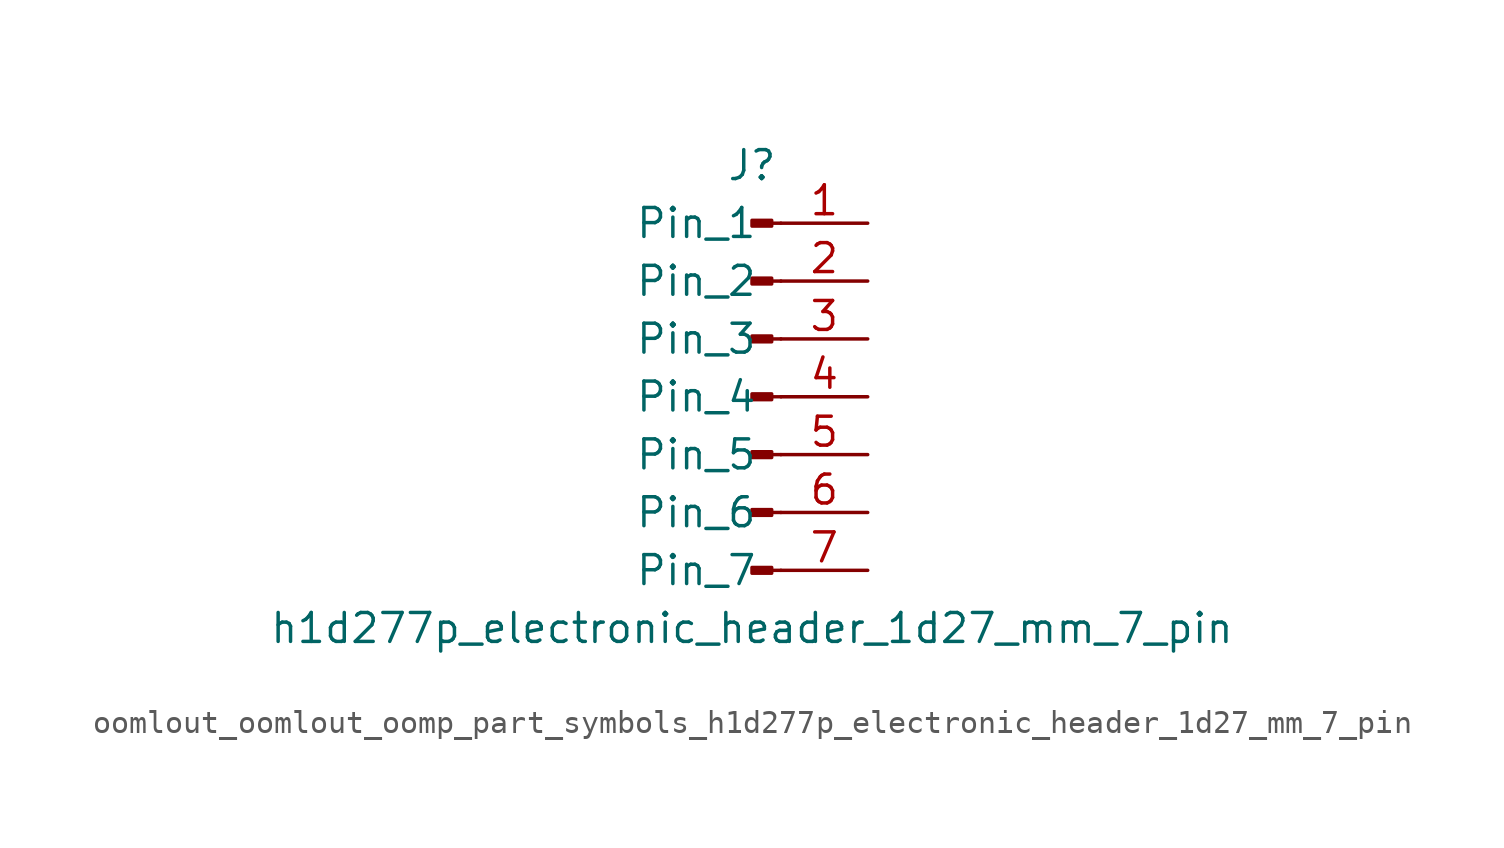
<source format=kicad_sym>
(kicad_symbol_lib
  (version 20220914)
  (generator kicad_symbol_editor)
  (symbol "oomlout_oomlout_oomp_part_symbols_h1d277p_electronic_header_1d27_mm_7_pin"
    (pin_names
      (offset 1.016))
    (property "Reference" "J"
      (at 0 10.16 0)
      (effects (font (size 1.27 1.27))))
    (property "Value" "h1d277p_electronic_header_1d27_mm_7_pin"
      (at 0 -10.16 0)
      (effects (font (size 1.27 1.27))))
    (property "ki_locked" ""
      (at 0 0 0)
      (effects (font (size 1.27 1.27))))
    (symbol "oomlout_oomlout_oomp_part_symbols_h1d277p_electronic_header_1d27_mm_7_pin_1_1"
      (polyline (pts (xy 1.27 -7.62) (xy 0.864 -7.62)) (stroke (width 0.152) (type default)) (fill (type none)))
      (polyline (pts (xy 1.27 -5.08) (xy 0.864 -5.08)) (stroke (width 0.152) (type default)) (fill (type none)))
      (polyline (pts (xy 1.27 -2.54) (xy 0.864 -2.54)) (stroke (width 0.152) (type default)) (fill (type none)))
      (polyline (pts (xy 1.27 0) (xy 0.864 0)) (stroke (width 0.152) (type default)) (fill (type none)))
      (polyline (pts (xy 1.27 2.54) (xy 0.864 2.54)) (stroke (width 0.152) (type default)) (fill (type none)))
      (polyline (pts (xy 1.27 5.08) (xy 0.864 5.08)) (stroke (width 0.152) (type default)) (fill (type none)))
      (polyline (pts (xy 1.27 7.62) (xy 0.864 7.62)) (stroke (width 0.152) (type default)) (fill (type none)))
      (rectangle (start 0.864 -7.493) (end 0 -7.747) (stroke (width 0.152) (type default)) (fill (type outline)))
      (rectangle (start 0.864 -4.953) (end 0 -5.207) (stroke (width 0.152) (type default)) (fill (type outline)))
      (rectangle (start 0.864 -2.413) (end 0 -2.667) (stroke (width 0.152) (type default)) (fill (type outline)))
      (rectangle (start 0.864 0.127) (end 0 -0.127) (stroke (width 0.152) (type default)) (fill (type outline)))
      (rectangle (start 0.864 2.667) (end 0 2.413) (stroke (width 0.152) (type default)) (fill (type outline)))
      (rectangle (start 0.864 5.207) (end 0 4.953) (stroke (width 0.152) (type default)) (fill (type outline)))
      (rectangle (start 0.864 7.747) (end 0 7.493) (stroke (width 0.152) (type default)) (fill (type outline)))
      (pin passive line (at 5.08 7.62 180) (length 3.81) (name "Pin_1" (effects (font (size 1.27 1.27)))) (number "1" (effects (font (size 1.27 1.27)))))
      (pin passive line (at 5.08 5.08 180) (length 3.81) (name "Pin_2" (effects (font (size 1.27 1.27)))) (number "2" (effects (font (size 1.27 1.27)))))
      (pin passive line (at 5.08 2.54 180) (length 3.81) (name "Pin_3" (effects (font (size 1.27 1.27)))) (number "3" (effects (font (size 1.27 1.27)))))
      (pin passive line (at 5.08 0 180) (length 3.81) (name "Pin_4" (effects (font (size 1.27 1.27)))) (number "4" (effects (font (size 1.27 1.27)))))
      (pin passive line (at 5.08 -2.54 180) (length 3.81) (name "Pin_5" (effects (font (size 1.27 1.27)))) (number "5" (effects (font (size 1.27 1.27)))))
      (pin passive line (at 5.08 -5.08 180) (length 3.81) (name "Pin_6" (effects (font (size 1.27 1.27)))) (number "6" (effects (font (size 1.27 1.27)))))
      (pin passive line (at 5.08 -7.62 180) (length 3.81) (name "Pin_7" (effects (font (size 1.27 1.27)))) (number "7" (effects (font (size 1.27 1.27))))))))
</source>
